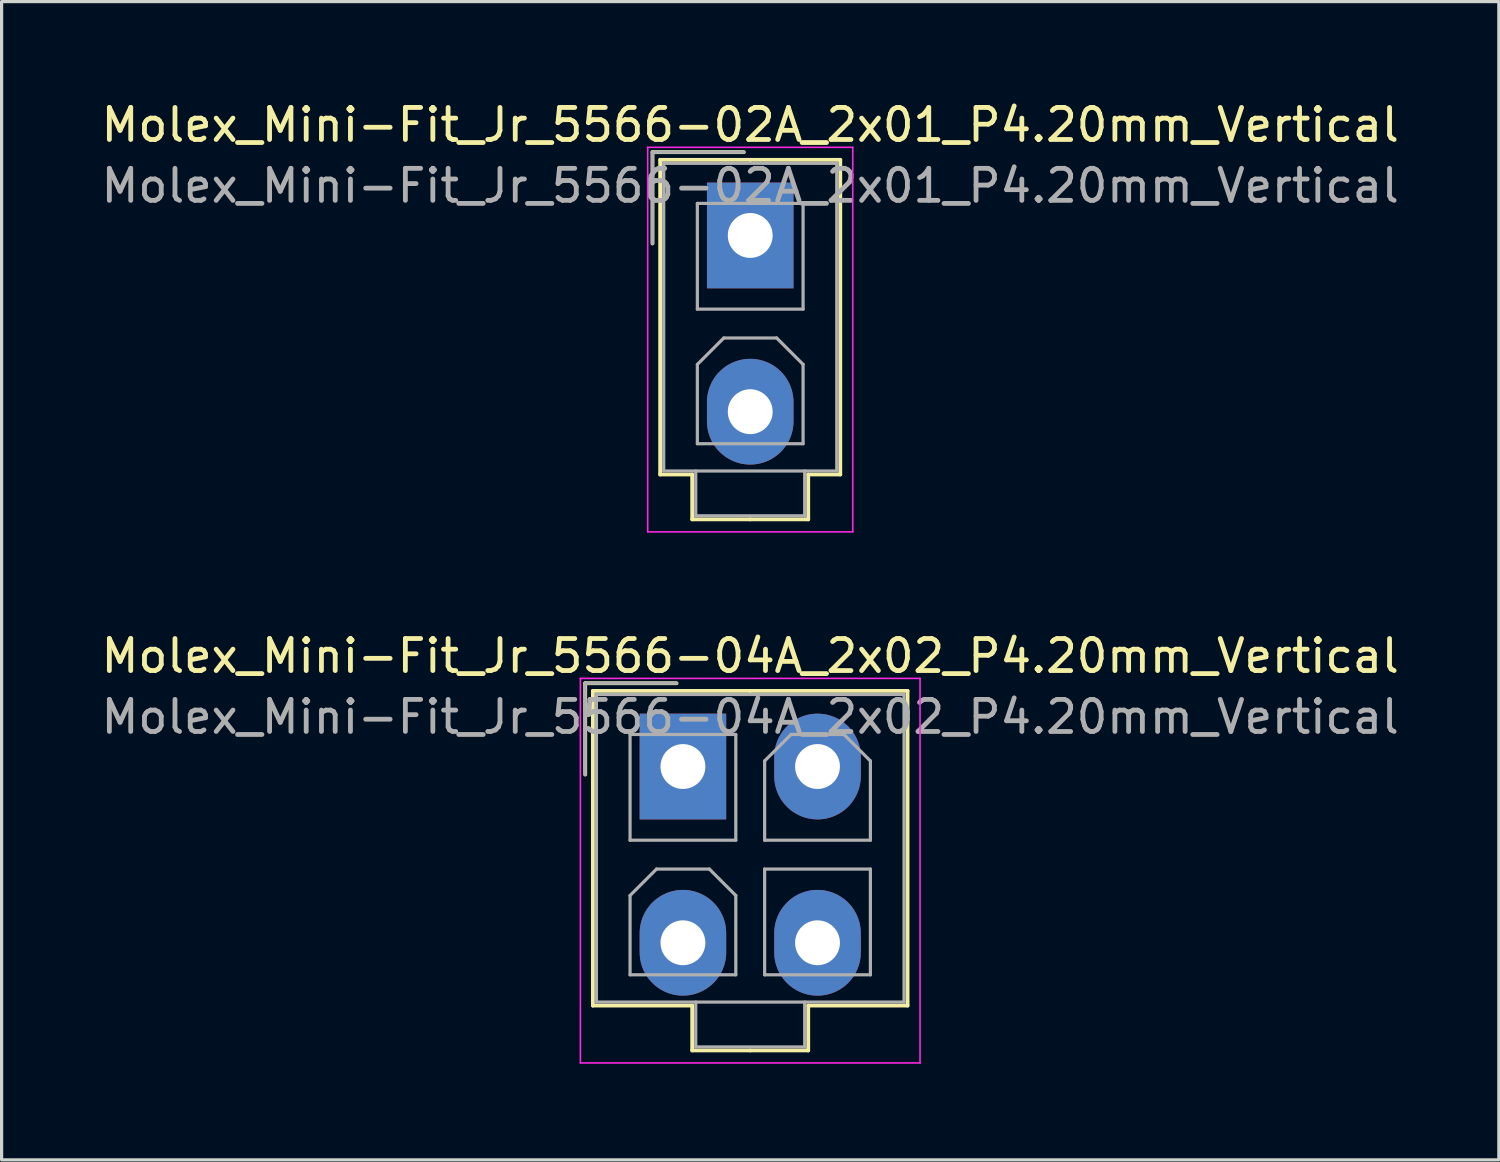
<source format=kicad_pcb>
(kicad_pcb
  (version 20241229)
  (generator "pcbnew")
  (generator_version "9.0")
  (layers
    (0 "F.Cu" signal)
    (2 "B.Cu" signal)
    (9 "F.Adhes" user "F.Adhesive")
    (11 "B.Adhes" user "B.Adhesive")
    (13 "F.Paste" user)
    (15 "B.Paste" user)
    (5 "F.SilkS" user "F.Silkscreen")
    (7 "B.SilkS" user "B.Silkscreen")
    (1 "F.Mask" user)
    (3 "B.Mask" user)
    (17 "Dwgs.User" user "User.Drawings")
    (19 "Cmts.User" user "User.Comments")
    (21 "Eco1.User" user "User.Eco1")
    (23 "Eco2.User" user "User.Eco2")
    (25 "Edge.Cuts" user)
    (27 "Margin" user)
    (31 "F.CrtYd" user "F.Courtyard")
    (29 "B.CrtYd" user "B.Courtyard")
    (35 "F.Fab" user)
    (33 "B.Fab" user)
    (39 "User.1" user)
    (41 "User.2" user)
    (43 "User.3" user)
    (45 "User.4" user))
  (footprint "Molex_Mini-Fit_Jr_5566-04A_2x02_P4.20mm_Vertical"
    (layer "F.Cu")
    (at 18.263 20.872)
    (property "Reference" "Molex_Mini-Fit_Jr_5566-04A_2x02_P4.20mm_Vertical" (at 2.1 -3.45 0) (layer "F.SilkS") (effects (font (size 1 1) (thickness 0.15))))
    (attr through_hole)
    (fp_line (start -3.05 -2.6) (end -3.05 0.25) (stroke (width 0.12) (type solid)) (layer "F.SilkS"))
    (fp_line (start -2.81 -2.36) (end -2.81 7.46) (stroke (width 0.12) (type solid)) (layer "F.SilkS"))
    (fp_line (start -2.81 7.46) (end 0.29 7.46) (stroke (width 0.12) (type solid)) (layer "F.SilkS"))
    (fp_line (start -0.2 -2.6) (end -3.05 -2.6) (stroke (width 0.12) (type solid)) (layer "F.SilkS"))
    (fp_line (start 0.29 7.46) (end 0.29 8.86) (stroke (width 0.12) (type solid)) (layer "F.SilkS"))
    (fp_line (start 0.29 8.86) (end 2.1 8.86) (stroke (width 0.12) (type solid)) (layer "F.SilkS"))
    (fp_line (start 2.1 -2.36) (end -2.81 -2.36) (stroke (width 0.12) (type solid)) (layer "F.SilkS"))
    (fp_line (start 2.1 -2.36) (end 7.01 -2.36) (stroke (width 0.12) (type solid)) (layer "F.SilkS"))
    (fp_line (start 3.91 7.46) (end 3.91 8.86) (stroke (width 0.12) (type solid)) (layer "F.SilkS"))
    (fp_line (start 3.91 8.86) (end 2.1 8.86) (stroke (width 0.12) (type solid)) (layer "F.SilkS"))
    (fp_line (start 7.01 -2.36) (end 7.01 7.46) (stroke (width 0.12) (type solid)) (layer "F.SilkS"))
    (fp_line (start 7.01 7.46) (end 3.91 7.46) (stroke (width 0.12) (type solid)) (layer "F.SilkS"))
    (fp_line (start -3.2 -2.75) (end -3.2 9.25) (stroke (width 0.05) (type solid)) (layer "F.CrtYd"))
    (fp_line (start -3.2 9.25) (end 7.4 9.25) (stroke (width 0.05) (type solid)) (layer "F.CrtYd"))
    (fp_line (start 7.4 -2.75) (end -3.2 -2.75) (stroke (width 0.05) (type solid)) (layer "F.CrtYd"))
    (fp_line (start 7.4 9.25) (end 7.4 -2.75) (stroke (width 0.05) (type solid)) (layer "F.CrtYd"))
    (fp_line (start -3.05 -2.6) (end -3.05 0.25) (stroke (width 0.1) (type solid)) (layer "F.Fab"))
    (fp_line (start -2.7 -2.25) (end -2.7 7.35) (stroke (width 0.1) (type solid)) (layer "F.Fab"))
    (fp_line (start -2.7 7.35) (end 6.9 7.35) (stroke (width 0.1) (type solid)) (layer "F.Fab"))
    (fp_line (start -1.65 -1) (end -1.65 2.3) (stroke (width 0.1) (type solid)) (layer "F.Fab"))
    (fp_line (start -1.65 2.3) (end 1.65 2.3) (stroke (width 0.1) (type solid)) (layer "F.Fab"))
    (fp_line (start -1.65 4.025) (end -0.825 3.2) (stroke (width 0.1) (type solid)) (layer "F.Fab"))
    (fp_line (start -1.65 6.5) (end -1.65 4.025) (stroke (width 0.1) (type solid)) (layer "F.Fab"))
    (fp_line (start -0.825 3.2) (end 0.825 3.2) (stroke (width 0.1) (type solid)) (layer "F.Fab"))
    (fp_line (start -0.2 -2.6) (end -3.05 -2.6) (stroke (width 0.1) (type solid)) (layer "F.Fab"))
    (fp_line (start 0.4 7.35) (end 0.4 8.75) (stroke (width 0.1) (type solid)) (layer "F.Fab"))
    (fp_line (start 0.4 8.75) (end 3.8 8.75) (stroke (width 0.1) (type solid)) (layer "F.Fab"))
    (fp_line (start 0.825 3.2) (end 1.65 4.025) (stroke (width 0.1) (type solid)) (layer "F.Fab"))
    (fp_line (start 1.65 -1) (end -1.65 -1) (stroke (width 0.1) (type solid)) (layer "F.Fab"))
    (fp_line (start 1.65 2.3) (end 1.65 -1) (stroke (width 0.1) (type solid)) (layer "F.Fab"))
    (fp_line (start 1.65 4.025) (end 1.65 6.5) (stroke (width 0.1) (type solid)) (layer "F.Fab"))
    (fp_line (start 1.65 6.5) (end -1.65 6.5) (stroke (width 0.1) (type solid)) (layer "F.Fab"))
    (fp_line (start 2.55 -0.175) (end 3.375 -1) (stroke (width 0.1) (type solid)) (layer "F.Fab"))
    (fp_line (start 2.55 2.3) (end 2.55 -0.175) (stroke (width 0.1) (type solid)) (layer "F.Fab"))
    (fp_line (start 2.55 3.2) (end 2.55 6.5) (stroke (width 0.1) (type solid)) (layer "F.Fab"))
    (fp_line (start 2.55 6.5) (end 5.85 6.5) (stroke (width 0.1) (type solid)) (layer "F.Fab"))
    (fp_line (start 3.375 -1) (end 5.025 -1) (stroke (width 0.1) (type solid)) (layer "F.Fab"))
    (fp_line (start 3.8 8.75) (end 3.8 7.35) (stroke (width 0.1) (type solid)) (layer "F.Fab"))
    (fp_line (start 5.025 -1) (end 5.85 -0.175) (stroke (width 0.1) (type solid)) (layer "F.Fab"))
    (fp_line (start 5.85 -0.175) (end 5.85 2.3) (stroke (width 0.1) (type solid)) (layer "F.Fab"))
    (fp_line (start 5.85 2.3) (end 2.55 2.3) (stroke (width 0.1) (type solid)) (layer "F.Fab"))
    (fp_line (start 5.85 3.2) (end 2.55 3.2) (stroke (width 0.1) (type solid)) (layer "F.Fab"))
    (fp_line (start 5.85 6.5) (end 5.85 3.2) (stroke (width 0.1) (type solid)) (layer "F.Fab"))
    (fp_line (start 6.9 -2.25) (end -2.7 -2.25) (stroke (width 0.1) (type solid)) (layer "F.Fab"))
    (fp_line (start 6.9 7.35) (end 6.9 -2.25) (stroke (width 0.1) (type solid)) (layer "F.Fab"))
    (fp_text user "${REFERENCE}" (at 2.1 -1.55 0) (layer "F.Fab") (effects (font (size 1 1) (thickness 0.15))))
    (pad "1" thru_hole rect (at 0 0) (size 2.7 3.3) (drill 1.4) (layers "*.Cu" "*.Mask"))
    (pad "2" thru_hole oval (at 4.2 0) (size 2.7 3.3) (drill 1.4) (layers "*.Cu" "*.Mask"))
    (pad "3" thru_hole oval (at 0 5.5) (size 2.7 3.3) (drill 1.4) (layers "*.Cu" "*.Mask"))
    (pad "4" thru_hole oval (at 4.2 5.5) (size 2.7 3.3) (drill 1.4) (layers "*.Cu" "*.Mask")))
  (footprint "Molex_Mini-Fit_Jr_5566-02A_2x01_P4.20mm_Vertical"
    (layer "F.Cu")
    (at 20.363 4.298)
    (property "Reference" "Molex_Mini-Fit_Jr_5566-02A_2x01_P4.20mm_Vertical" (at 0 -3.45 0) (layer "F.SilkS") (effects (font (size 1 1) (thickness 0.15))))
    (attr through_hole)
    (fp_line (start -3.05 -2.6) (end -3.05 0.25) (stroke (width 0.12) (type solid)) (layer "F.SilkS"))
    (fp_line (start -2.81 -2.36) (end -2.81 7.46) (stroke (width 0.12) (type solid)) (layer "F.SilkS"))
    (fp_line (start -2.81 7.46) (end -1.81 7.46) (stroke (width 0.12) (type solid)) (layer "F.SilkS"))
    (fp_line (start -1.81 7.46) (end -1.81 8.86) (stroke (width 0.12) (type solid)) (layer "F.SilkS"))
    (fp_line (start -1.81 8.86) (end 0 8.86) (stroke (width 0.12) (type solid)) (layer "F.SilkS"))
    (fp_line (start -0.2 -2.6) (end -3.05 -2.6) (stroke (width 0.12) (type solid)) (layer "F.SilkS"))
    (fp_line (start 0 -2.36) (end -2.81 -2.36) (stroke (width 0.12) (type solid)) (layer "F.SilkS"))
    (fp_line (start 0 -2.36) (end 2.81 -2.36) (stroke (width 0.12) (type solid)) (layer "F.SilkS"))
    (fp_line (start 1.81 7.46) (end 1.81 8.86) (stroke (width 0.12) (type solid)) (layer "F.SilkS"))
    (fp_line (start 1.81 8.86) (end 0 8.86) (stroke (width 0.12) (type solid)) (layer "F.SilkS"))
    (fp_line (start 2.81 -2.36) (end 2.81 7.46) (stroke (width 0.12) (type solid)) (layer "F.SilkS"))
    (fp_line (start 2.81 7.46) (end 1.81 7.46) (stroke (width 0.12) (type solid)) (layer "F.SilkS"))
    (fp_line (start -3.2 -2.75) (end -3.2 9.25) (stroke (width 0.05) (type solid)) (layer "F.CrtYd"))
    (fp_line (start -3.2 9.25) (end 3.2 9.25) (stroke (width 0.05) (type solid)) (layer "F.CrtYd"))
    (fp_line (start 3.2 -2.75) (end -3.2 -2.75) (stroke (width 0.05) (type solid)) (layer "F.CrtYd"))
    (fp_line (start 3.2 9.25) (end 3.2 -2.75) (stroke (width 0.05) (type solid)) (layer "F.CrtYd"))
    (fp_line (start -3.05 -2.6) (end -3.05 0.25) (stroke (width 0.1) (type solid)) (layer "F.Fab"))
    (fp_line (start -2.7 -2.25) (end -2.7 7.35) (stroke (width 0.1) (type solid)) (layer "F.Fab"))
    (fp_line (start -2.7 7.35) (end 2.7 7.35) (stroke (width 0.1) (type solid)) (layer "F.Fab"))
    (fp_line (start -1.7 7.35) (end -1.7 8.75) (stroke (width 0.1) (type solid)) (layer "F.Fab"))
    (fp_line (start -1.7 8.75) (end 1.7 8.75) (stroke (width 0.1) (type solid)) (layer "F.Fab"))
    (fp_line (start -1.65 -1) (end -1.65 2.3) (stroke (width 0.1) (type solid)) (layer "F.Fab"))
    (fp_line (start -1.65 2.3) (end 1.65 2.3) (stroke (width 0.1) (type solid)) (layer "F.Fab"))
    (fp_line (start -1.65 4.025) (end -0.825 3.2) (stroke (width 0.1) (type solid)) (layer "F.Fab"))
    (fp_line (start -1.65 6.5) (end -1.65 4.025) (stroke (width 0.1) (type solid)) (layer "F.Fab"))
    (fp_line (start -0.825 3.2) (end 0.825 3.2) (stroke (width 0.1) (type solid)) (layer "F.Fab"))
    (fp_line (start -0.2 -2.6) (end -3.05 -2.6) (stroke (width 0.1) (type solid)) (layer "F.Fab"))
    (fp_line (start 0.825 3.2) (end 1.65 4.025) (stroke (width 0.1) (type solid)) (layer "F.Fab"))
    (fp_line (start 1.65 -1) (end -1.65 -1) (stroke (width 0.1) (type solid)) (layer "F.Fab"))
    (fp_line (start 1.65 2.3) (end 1.65 -1) (stroke (width 0.1) (type solid)) (layer "F.Fab"))
    (fp_line (start 1.65 4.025) (end 1.65 6.5) (stroke (width 0.1) (type solid)) (layer "F.Fab"))
    (fp_line (start 1.65 6.5) (end -1.65 6.5) (stroke (width 0.1) (type solid)) (layer "F.Fab"))
    (fp_line (start 1.7 8.75) (end 1.7 7.35) (stroke (width 0.1) (type solid)) (layer "F.Fab"))
    (fp_line (start 2.7 -2.25) (end -2.7 -2.25) (stroke (width 0.1) (type solid)) (layer "F.Fab"))
    (fp_line (start 2.7 7.35) (end 2.7 -2.25) (stroke (width 0.1) (type solid)) (layer "F.Fab"))
    (fp_text user "${REFERENCE}" (at 0 -1.55 0) (layer "F.Fab") (effects (font (size 1 1) (thickness 0.15))))
    (pad "1" thru_hole rect (at 0 0) (size 2.7 3.3) (drill 1.4) (layers "*.Cu" "*.Mask"))
    (pad "2" thru_hole oval (at 0 5.5) (size 2.7 3.3) (drill 1.4) (layers "*.Cu" "*.Mask")))
  (gr_rect
    (start -3 -3)
    (end 43.726 33.147)
    (stroke (width 0.1) (type default))
    (fill no)
    (layer "Edge.Cuts")))
</source>
